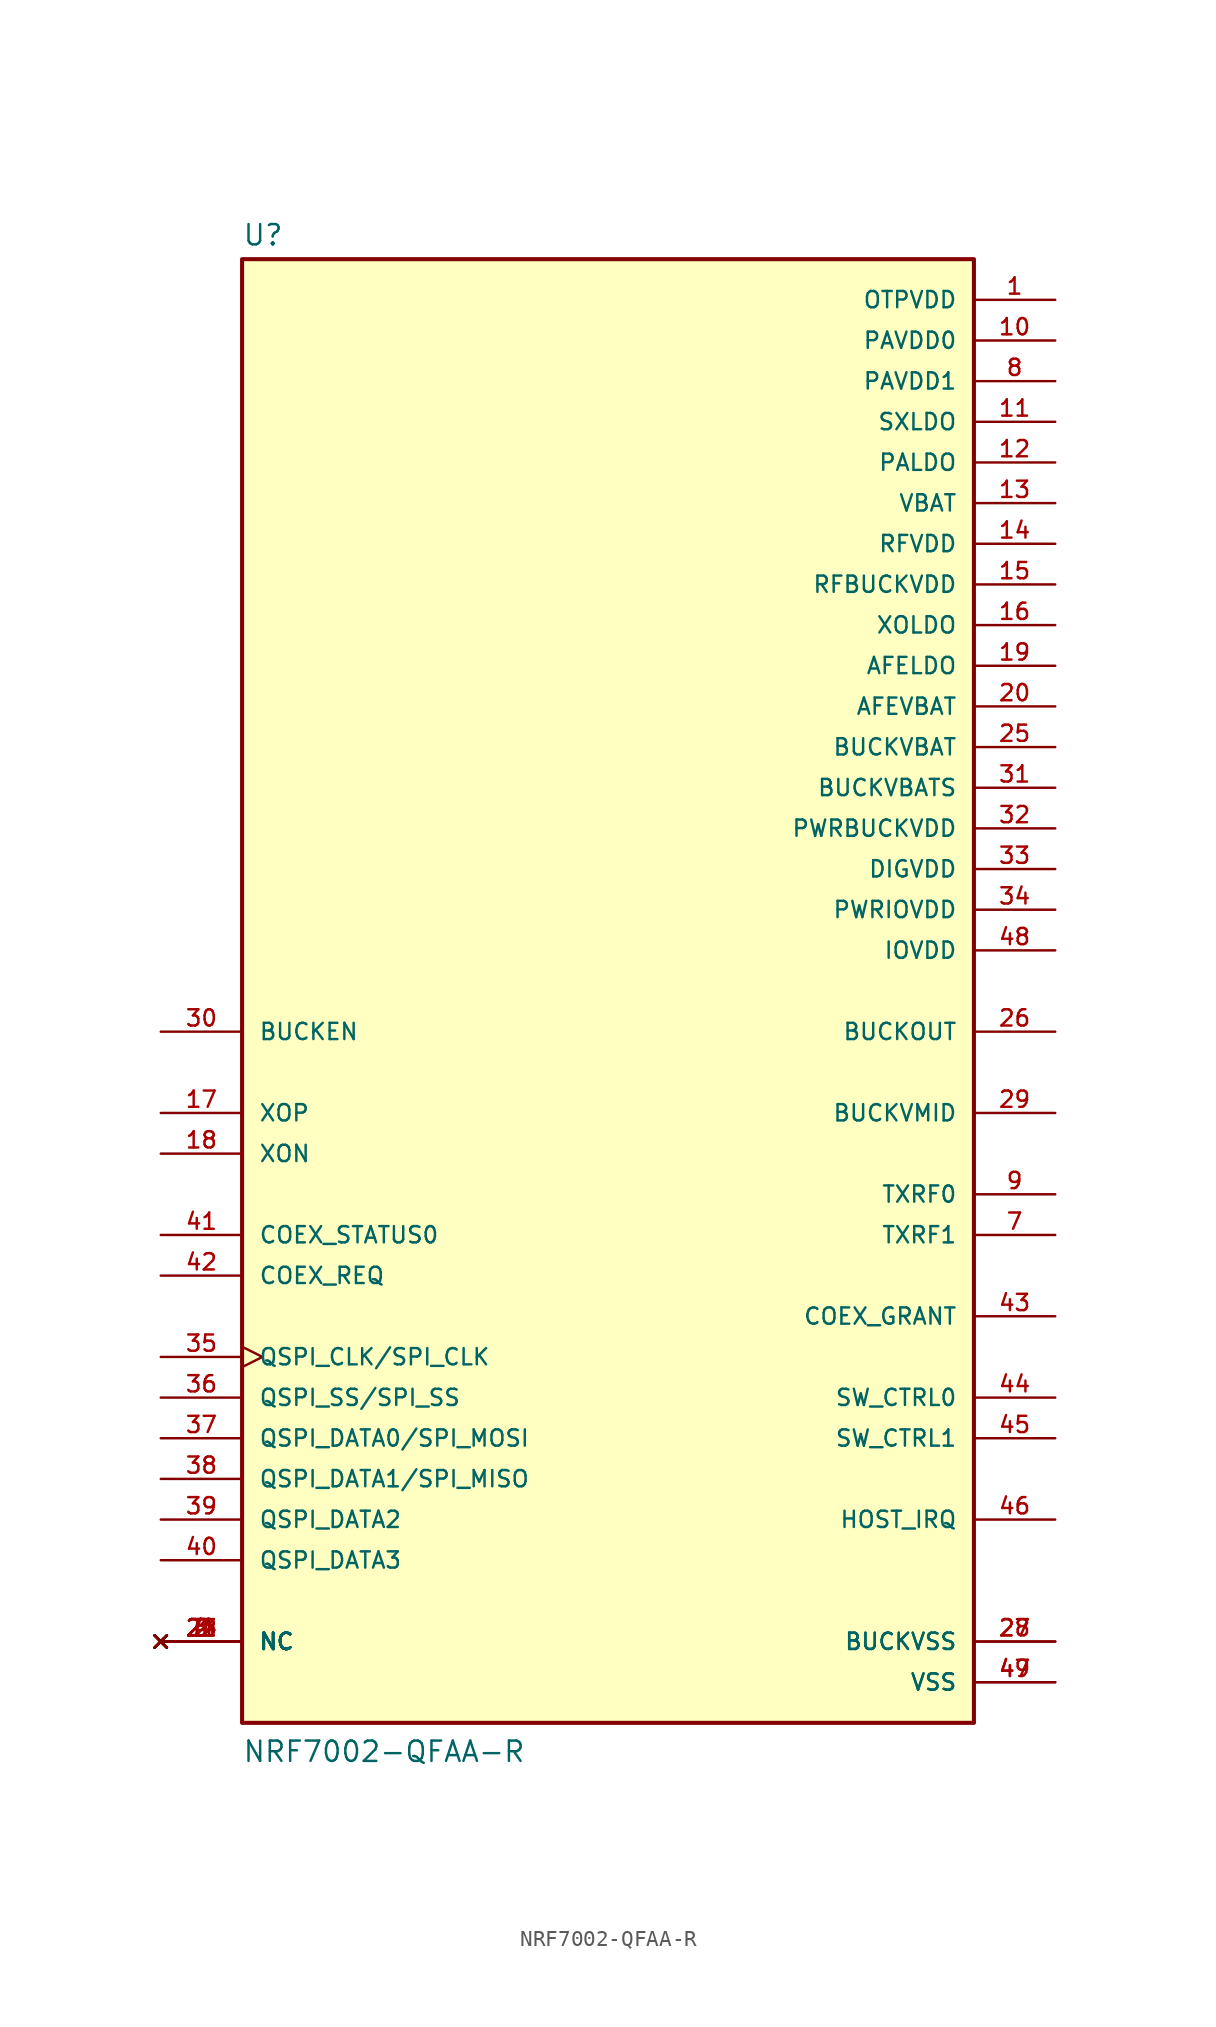
<source format=kicad_sym>
(kicad_symbol_lib
  (version 20211014)
  (generator kicad_symbol_editor)
  (symbol "NRF7002-QFAA-R"
    (pin_names
      (offset 1.016))
    (property "Reference" "U"
      (at -22.86 46.482 0)
      (effects (font (size 1.27 1.27)) (justify bottom left)))
    (property "Value" "NRF7002-QFAA-R"
      (at -22.86 -48.26 0)
      (effects (font (size 1.27 1.27)) (justify bottom left)))
    (symbol "NRF7002-QFAA-R_0_0"
      (rectangle (start -22.86 -45.72) (end 22.86 45.72) (stroke (width 0.254)) (fill (type background)))
      (pin power_in line (at 27.94 43.18 180.0) (length 5.08) (name "OTPVDD" (effects (font (size 1.016 1.016)))) (number "1" (effects (font (size 1.016 1.016)))))
      (pin no_connect line (at -27.94 -40.64 0) (length 5.08) (name "NC" (effects (font (size 1.016 1.016)))) (number "2" (effects (font (size 1.016 1.016)))))
      (pin no_connect line (at -27.94 -40.64 0) (length 5.08) (name "NC" (effects (font (size 1.016 1.016)))) (number "3" (effects (font (size 1.016 1.016)))))
      (pin no_connect line (at -27.94 -40.64 0) (length 5.08) (name "NC" (effects (font (size 1.016 1.016)))) (number "4" (effects (font (size 1.016 1.016)))))
      (pin no_connect line (at -27.94 -40.64 0) (length 5.08) (name "NC" (effects (font (size 1.016 1.016)))) (number "5" (effects (font (size 1.016 1.016)))))
      (pin no_connect line (at -27.94 -40.64 0) (length 5.08) (name "NC" (effects (font (size 1.016 1.016)))) (number "6" (effects (font (size 1.016 1.016)))))
      (pin no_connect line (at -27.94 -40.64 0) (length 5.08) (name "NC" (effects (font (size 1.016 1.016)))) (number "21" (effects (font (size 1.016 1.016)))))
      (pin no_connect line (at -27.94 -40.64 0) (length 5.08) (name "NC" (effects (font (size 1.016 1.016)))) (number "22" (effects (font (size 1.016 1.016)))))
      (pin no_connect line (at -27.94 -40.64 0) (length 5.08) (name "NC" (effects (font (size 1.016 1.016)))) (number "23" (effects (font (size 1.016 1.016)))))
      (pin no_connect line (at -27.94 -40.64 0) (length 5.08) (name "NC" (effects (font (size 1.016 1.016)))) (number "24" (effects (font (size 1.016 1.016)))))
      (pin bidirectional line (at 27.94 -15.24 180.0) (length 5.08) (name "TXRF1" (effects (font (size 1.016 1.016)))) (number "7" (effects (font (size 1.016 1.016)))))
      (pin power_in line (at 27.94 38.1 180.0) (length 5.08) (name "PAVDD1" (effects (font (size 1.016 1.016)))) (number "8" (effects (font (size 1.016 1.016)))))
      (pin bidirectional line (at 27.94 -12.7 180.0) (length 5.08) (name "TXRF0" (effects (font (size 1.016 1.016)))) (number "9" (effects (font (size 1.016 1.016)))))
      (pin power_in line (at 27.94 40.64 180.0) (length 5.08) (name "PAVDD0" (effects (font (size 1.016 1.016)))) (number "10" (effects (font (size 1.016 1.016)))))
      (pin power_in line (at 27.94 35.56 180.0) (length 5.08) (name "SXLDO" (effects (font (size 1.016 1.016)))) (number "11" (effects (font (size 1.016 1.016)))))
      (pin power_in line (at 27.94 33.02 180.0) (length 5.08) (name "PALDO" (effects (font (size 1.016 1.016)))) (number "12" (effects (font (size 1.016 1.016)))))
      (pin power_in line (at 27.94 30.48 180.0) (length 5.08) (name "VBAT" (effects (font (size 1.016 1.016)))) (number "13" (effects (font (size 1.016 1.016)))))
      (pin power_in line (at 27.94 27.94 180.0) (length 5.08) (name "RFVDD" (effects (font (size 1.016 1.016)))) (number "14" (effects (font (size 1.016 1.016)))))
      (pin power_in line (at 27.94 25.4 180.0) (length 5.08) (name "RFBUCKVDD" (effects (font (size 1.016 1.016)))) (number "15" (effects (font (size 1.016 1.016)))))
      (pin power_in line (at 27.94 22.86 180.0) (length 5.08) (name "XOLDO" (effects (font (size 1.016 1.016)))) (number "16" (effects (font (size 1.016 1.016)))))
      (pin input line (at -27.94 -7.62 0) (length 5.08) (name "XOP" (effects (font (size 1.016 1.016)))) (number "17" (effects (font (size 1.016 1.016)))))
      (pin input line (at -27.94 -10.16 0) (length 5.08) (name "XON" (effects (font (size 1.016 1.016)))) (number "18" (effects (font (size 1.016 1.016)))))
      (pin power_in line (at 27.94 20.32 180.0) (length 5.08) (name "AFELDO" (effects (font (size 1.016 1.016)))) (number "19" (effects (font (size 1.016 1.016)))))
      (pin power_in line (at 27.94 17.78 180.0) (length 5.08) (name "AFEVBAT" (effects (font (size 1.016 1.016)))) (number "20" (effects (font (size 1.016 1.016)))))
      (pin power_in line (at 27.94 15.24 180.0) (length 5.08) (name "BUCKVBAT" (effects (font (size 1.016 1.016)))) (number "25" (effects (font (size 1.016 1.016)))))
      (pin output line (at 27.94 -2.54 180.0) (length 5.08) (name "BUCKOUT" (effects (font (size 1.016 1.016)))) (number "26" (effects (font (size 1.016 1.016)))))
      (pin power_in line (at 27.94 -40.64 180.0) (length 5.08) (name "BUCKVSS" (effects (font (size 1.016 1.016)))) (number "27" (effects (font (size 1.016 1.016)))))
      (pin power_in line (at 27.94 -40.64 180.0) (length 5.08) (name "BUCKVSS" (effects (font (size 1.016 1.016)))) (number "28" (effects (font (size 1.016 1.016)))))
      (pin bidirectional line (at 27.94 -7.62 180.0) (length 5.08) (name "BUCKVMID" (effects (font (size 1.016 1.016)))) (number "29" (effects (font (size 1.016 1.016)))))
      (pin input line (at -27.94 -2.54 0) (length 5.08) (name "BUCKEN" (effects (font (size 1.016 1.016)))) (number "30" (effects (font (size 1.016 1.016)))))
      (pin power_in line (at 27.94 12.7 180.0) (length 5.08) (name "BUCKVBATS" (effects (font (size 1.016 1.016)))) (number "31" (effects (font (size 1.016 1.016)))))
      (pin power_in line (at 27.94 10.16 180.0) (length 5.08) (name "PWRBUCKVDD" (effects (font (size 1.016 1.016)))) (number "32" (effects (font (size 1.016 1.016)))))
      (pin power_in line (at 27.94 7.62 180.0) (length 5.08) (name "DIGVDD" (effects (font (size 1.016 1.016)))) (number "33" (effects (font (size 1.016 1.016)))))
      (pin power_in line (at 27.94 5.08 180.0) (length 5.08) (name "PWRIOVDD" (effects (font (size 1.016 1.016)))) (number "34" (effects (font (size 1.016 1.016)))))
      (pin input clock (at -27.94 -22.86 0) (length 5.08) (name "QSPI_CLK/SPI_CLK" (effects (font (size 1.016 1.016)))) (number "35" (effects (font (size 1.016 1.016)))))
      (pin input line (at -27.94 -25.4 0) (length 5.08) (name "QSPI_SS/SPI_SS" (effects (font (size 1.016 1.016)))) (number "36" (effects (font (size 1.016 1.016)))))
      (pin bidirectional line (at -27.94 -27.94 0) (length 5.08) (name "QSPI_DATA0/SPI_MOSI" (effects (font (size 1.016 1.016)))) (number "37" (effects (font (size 1.016 1.016)))))
      (pin bidirectional line (at -27.94 -30.48 0) (length 5.08) (name "QSPI_DATA1/SPI_MISO" (effects (font (size 1.016 1.016)))) (number "38" (effects (font (size 1.016 1.016)))))
      (pin bidirectional line (at -27.94 -33.02 0) (length 5.08) (name "QSPI_DATA2" (effects (font (size 1.016 1.016)))) (number "39" (effects (font (size 1.016 1.016)))))
      (pin bidirectional line (at -27.94 -35.56 0) (length 5.08) (name "QSPI_DATA3" (effects (font (size 1.016 1.016)))) (number "40" (effects (font (size 1.016 1.016)))))
      (pin input line (at -27.94 -15.24 0) (length 5.08) (name "COEX_STATUS0" (effects (font (size 1.016 1.016)))) (number "41" (effects (font (size 1.016 1.016)))))
      (pin input line (at -27.94 -17.78 0) (length 5.08) (name "COEX_REQ" (effects (font (size 1.016 1.016)))) (number "42" (effects (font (size 1.016 1.016)))))
      (pin output line (at 27.94 -20.32 180.0) (length 5.08) (name "COEX_GRANT" (effects (font (size 1.016 1.016)))) (number "43" (effects (font (size 1.016 1.016)))))
      (pin output line (at 27.94 -25.4 180.0) (length 5.08) (name "SW_CTRL0" (effects (font (size 1.016 1.016)))) (number "44" (effects (font (size 1.016 1.016)))))
      (pin bidirectional line (at 27.94 -27.94 180.0) (length 5.08) (name "SW_CTRL1" (effects (font (size 1.016 1.016)))) (number "45" (effects (font (size 1.016 1.016)))))
      (pin output line (at 27.94 -33.02 180.0) (length 5.08) (name "HOST_IRQ" (effects (font (size 1.016 1.016)))) (number "46" (effects (font (size 1.016 1.016)))))
      (pin power_in line (at 27.94 -43.18 180.0) (length 5.08) (name "VSS" (effects (font (size 1.016 1.016)))) (number "47" (effects (font (size 1.016 1.016)))))
      (pin power_in line (at 27.94 -43.18 180.0) (length 5.08) (name "VSS" (effects (font (size 1.016 1.016)))) (number "49" (effects (font (size 1.016 1.016)))))
      (pin power_in line (at 27.94 2.54 180.0) (length 5.08) (name "IOVDD" (effects (font (size 1.016 1.016)))) (number "48" (effects (font (size 1.016 1.016))))))))
</source>
